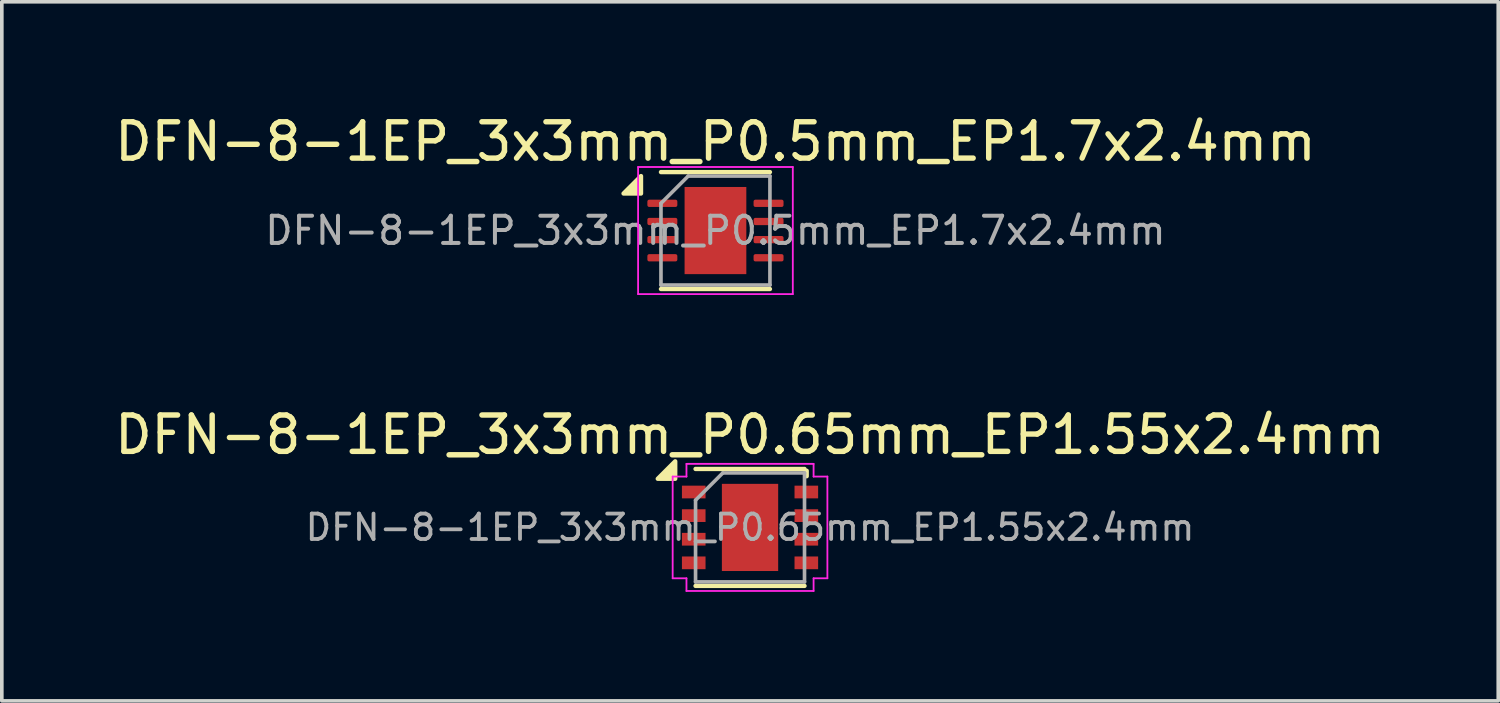
<source format=kicad_pcb>
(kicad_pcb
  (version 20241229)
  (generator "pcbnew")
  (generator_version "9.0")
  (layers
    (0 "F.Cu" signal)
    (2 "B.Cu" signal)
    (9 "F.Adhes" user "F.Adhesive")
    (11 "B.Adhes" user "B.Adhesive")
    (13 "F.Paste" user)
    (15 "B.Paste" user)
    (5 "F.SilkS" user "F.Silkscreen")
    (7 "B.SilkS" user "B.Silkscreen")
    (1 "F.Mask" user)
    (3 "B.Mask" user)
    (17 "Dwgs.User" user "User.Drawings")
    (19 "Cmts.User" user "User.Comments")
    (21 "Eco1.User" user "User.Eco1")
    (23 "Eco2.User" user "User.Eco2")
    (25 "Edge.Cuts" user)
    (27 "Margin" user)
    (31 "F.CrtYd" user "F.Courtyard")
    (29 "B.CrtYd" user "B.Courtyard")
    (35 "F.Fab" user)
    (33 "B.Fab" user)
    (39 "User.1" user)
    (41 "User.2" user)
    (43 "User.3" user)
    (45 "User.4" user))
  (footprint "DFN-8-1EP_3x3mm_P0.5mm_EP1.7x2.4mm"
    (layer "F.Cu")
    (at 16.649 3.298)
    (property "Reference" "DFN-8-1EP_3x3mm_P0.5mm_EP1.7x2.4mm" (at 0 -2.45 0) (layer "F.SilkS") (effects (font (size 1 1) (thickness 0.15))))
    (attr smd)
    (fp_line (start -1.5 -1.61) (end 1.5 -1.61) (stroke (width 0.12) (type solid)) (layer "F.SilkS"))
    (fp_line (start -1.5 1.61) (end 1.5 1.61) (stroke (width 0.12) (type solid)) (layer "F.SilkS"))
    (fp_poly (pts (xy -2.05 -1.02) (xy -2.53 -1.02) (xy -2.05 -1.5) (xy -2.05 -1.02)) (stroke (width 0.12) (type solid)) (fill yes) (layer "F.SilkS"))
    (fp_line (start -2.13 -1.75) (end -2.13 1.75) (stroke (width 0.05) (type solid)) (layer "F.CrtYd"))
    (fp_line (start -2.13 1.75) (end 2.13 1.75) (stroke (width 0.05) (type solid)) (layer "F.CrtYd"))
    (fp_line (start 2.13 -1.75) (end -2.13 -1.75) (stroke (width 0.05) (type solid)) (layer "F.CrtYd"))
    (fp_line (start 2.13 1.75) (end 2.13 -1.75) (stroke (width 0.05) (type solid)) (layer "F.CrtYd"))
    (fp_line (start -1.5 -0.75) (end -0.75 -1.5) (stroke (width 0.1) (type solid)) (layer "F.Fab"))
    (fp_line (start -1.5 1.5) (end -1.5 -0.75) (stroke (width 0.1) (type solid)) (layer "F.Fab"))
    (fp_line (start -0.75 -1.5) (end 1.5 -1.5) (stroke (width 0.1) (type solid)) (layer "F.Fab"))
    (fp_line (start 1.5 -1.5) (end 1.5 1.5) (stroke (width 0.1) (type solid)) (layer "F.Fab"))
    (fp_line (start 1.5 1.5) (end -1.5 1.5) (stroke (width 0.1) (type solid)) (layer "F.Fab"))
    (fp_text user "${REFERENCE}" (at 0 0 0) (layer "F.Fab") (effects (font (size 0.75 0.75) (thickness 0.11))))
    (pad "" smd roundrect (at 0 0) (size 1.37 1.93) (layers "F.Paste") (roundrect_rratio 0.182))
    (pad "1" smd roundrect (at -1.462 -0.75) (size 0.825 0.2) (layers "F.Cu" "F.Mask" "F.Paste") (roundrect_rratio 0.25))
    (pad "2" smd roundrect (at -1.462 -0.25) (size 0.825 0.2) (layers "F.Cu" "F.Mask" "F.Paste") (roundrect_rratio 0.25))
    (pad "3" smd roundrect (at -1.462 0.25) (size 0.825 0.2) (layers "F.Cu" "F.Mask" "F.Paste") (roundrect_rratio 0.25))
    (pad "4" smd roundrect (at -1.462 0.75) (size 0.825 0.2) (layers "F.Cu" "F.Mask" "F.Paste") (roundrect_rratio 0.25))
    (pad "5" smd roundrect (at 1.462 0.75) (size 0.825 0.2) (layers "F.Cu" "F.Mask" "F.Paste") (roundrect_rratio 0.25))
    (pad "6" smd roundrect (at 1.462 0.25) (size 0.825 0.2) (layers "F.Cu" "F.Mask" "F.Paste") (roundrect_rratio 0.25))
    (pad "7" smd roundrect (at 1.462 -0.25) (size 0.825 0.2) (layers "F.Cu" "F.Mask" "F.Paste") (roundrect_rratio 0.25))
    (pad "8" smd roundrect (at 1.462 -0.75) (size 0.825 0.2) (layers "F.Cu" "F.Mask" "F.Paste") (roundrect_rratio 0.25))
    (pad "9" smd rect (at 0 0) (size 1.7 2.4) (property pad_prop_heatsink) (layers "F.Cu" "F.Mask")))
  (footprint "DFN-8-1EP_3x3mm_P0.65mm_EP1.55x2.4mm"
    (layer "F.Cu")
    (at 17.601 11.472)
    (property "Reference" "DFN-8-1EP_3x3mm_P0.65mm_EP1.55x2.4mm" (at 0 -2.55 0) (layer "F.SilkS") (effects (font (size 1 1) (thickness 0.15))))
    (attr smd)
    (fp_line (start -1.5 -1.61) (end 1.5 -1.61) (stroke (width 0.12) (type solid)) (layer "F.SilkS"))
    (fp_line (start -1.5 1.61) (end 1.5 1.61) (stroke (width 0.12) (type solid)) (layer "F.SilkS"))
    (fp_line (start 1.56 -1.56) (end 1.56 -1.41) (stroke (width 0.12) (type solid)) (layer "F.SilkS"))
    (fp_poly (pts (xy -2.06 -1.34) (xy -2.54 -1.34) (xy -2.06 -1.82) (xy -2.06 -1.34)) (stroke (width 0.12) (type solid)) (fill yes) (layer "F.SilkS"))
    (fp_line (start -2.13 -1.4) (end -2.13 1.4) (stroke (width 0.05) (type solid)) (layer "F.CrtYd"))
    (fp_line (start -1.75 -1.75) (end -1.75 -1.4) (stroke (width 0.05) (type solid)) (layer "F.CrtYd"))
    (fp_line (start -1.75 -1.75) (end 1.75 -1.75) (stroke (width 0.05) (type solid)) (layer "F.CrtYd"))
    (fp_line (start -1.75 -1.4) (end -2.13 -1.4) (stroke (width 0.05) (type solid)) (layer "F.CrtYd"))
    (fp_line (start -1.75 1.4) (end -2.13 1.4) (stroke (width 0.05) (type solid)) (layer "F.CrtYd"))
    (fp_line (start -1.75 1.75) (end -1.75 1.4) (stroke (width 0.05) (type solid)) (layer "F.CrtYd"))
    (fp_line (start -1.75 1.75) (end 1.75 1.75) (stroke (width 0.05) (type solid)) (layer "F.CrtYd"))
    (fp_line (start 1.75 -1.75) (end 1.75 -1.4) (stroke (width 0.05) (type solid)) (layer "F.CrtYd"))
    (fp_line (start 1.75 -1.4) (end 2.13 -1.4) (stroke (width 0.05) (type solid)) (layer "F.CrtYd"))
    (fp_line (start 1.75 1.4) (end 2.13 1.4) (stroke (width 0.05) (type solid)) (layer "F.CrtYd"))
    (fp_line (start 1.75 1.75) (end 1.75 1.4) (stroke (width 0.05) (type solid)) (layer "F.CrtYd"))
    (fp_line (start 2.13 -1.4) (end 2.13 1.4) (stroke (width 0.05) (type solid)) (layer "F.CrtYd"))
    (fp_line (start -1.5 -0.75) (end -0.75 -1.5) (stroke (width 0.1) (type solid)) (layer "F.Fab"))
    (fp_line (start -1.5 1.5) (end -1.5 -0.75) (stroke (width 0.1) (type solid)) (layer "F.Fab"))
    (fp_line (start -0.75 -1.5) (end 1.5 -1.5) (stroke (width 0.1) (type solid)) (layer "F.Fab"))
    (fp_line (start 1.5 -1.5) (end 1.5 1.5) (stroke (width 0.1) (type solid)) (layer "F.Fab"))
    (fp_line (start 1.5 1.5) (end -1.5 1.5) (stroke (width 0.1) (type solid)) (layer "F.Fab"))
    (fp_text user "${REFERENCE}" (at 0 0 0) (layer "F.Fab") (effects (font (size 0.7 0.7) (thickness 0.105))))
    (pad "" smd rect (at -0.388 -0.6) (size 0.6 1) (layers "F.Paste"))
    (pad "" smd rect (at -0.388 0.6) (size 0.6 1) (layers "F.Paste"))
    (pad "" smd rect (at 0.388 -0.6) (size 0.6 1) (layers "F.Paste"))
    (pad "" smd rect (at 0.388 0.6) (size 0.6 1) (layers "F.Paste"))
    (pad "1" smd rect (at -1.55 -0.975) (size 0.65 0.35) (layers "F.Cu" "F.Mask" "F.Paste"))
    (pad "2" smd rect (at -1.55 -0.325) (size 0.65 0.35) (layers "F.Cu" "F.Mask" "F.Paste"))
    (pad "3" smd rect (at -1.55 0.325) (size 0.65 0.35) (layers "F.Cu" "F.Mask" "F.Paste"))
    (pad "4" smd rect (at -1.55 0.975) (size 0.65 0.35) (layers "F.Cu" "F.Mask" "F.Paste"))
    (pad "5" smd rect (at 1.55 0.975) (size 0.65 0.35) (layers "F.Cu" "F.Mask" "F.Paste"))
    (pad "6" smd rect (at 1.55 0.325) (size 0.65 0.35) (layers "F.Cu" "F.Mask" "F.Paste"))
    (pad "7" smd rect (at 1.55 -0.325) (size 0.65 0.35) (layers "F.Cu" "F.Mask" "F.Paste"))
    (pad "8" smd rect (at 1.55 -0.975) (size 0.65 0.35) (layers "F.Cu" "F.Mask" "F.Paste"))
    (pad "9" smd rect (at 0 0) (size 1.55 2.4) (layers "F.Cu" "F.Mask")))
  (gr_rect
    (start -3 -3)
    (end 38.202 16.247)
    (stroke (width 0.1) (type default))
    (fill no)
    (layer "Edge.Cuts")))
</source>
